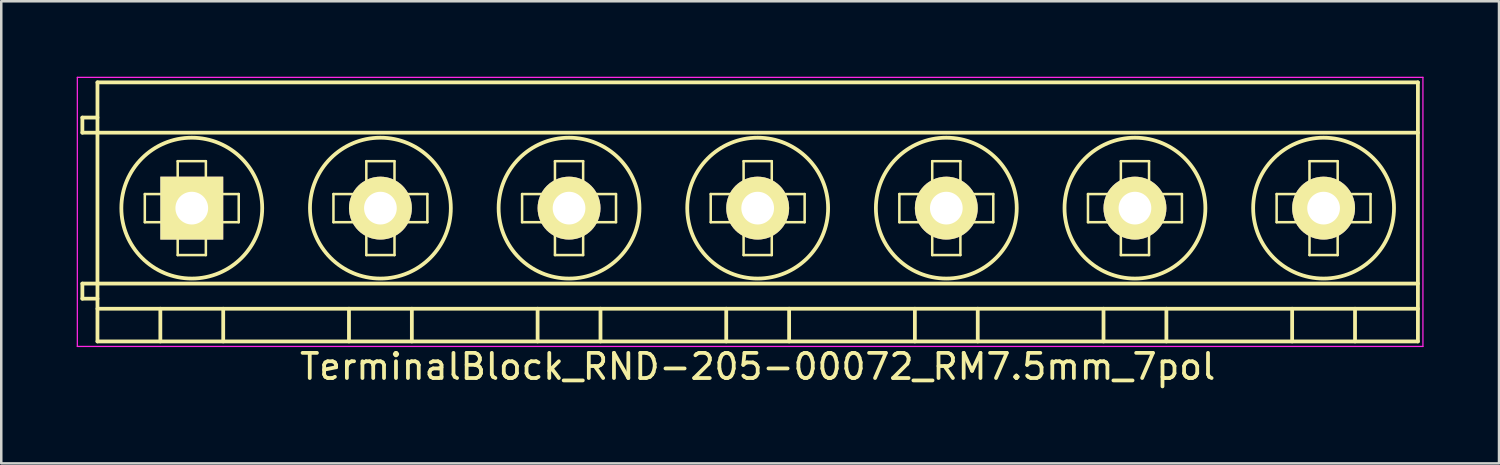
<source format=kicad_pcb>
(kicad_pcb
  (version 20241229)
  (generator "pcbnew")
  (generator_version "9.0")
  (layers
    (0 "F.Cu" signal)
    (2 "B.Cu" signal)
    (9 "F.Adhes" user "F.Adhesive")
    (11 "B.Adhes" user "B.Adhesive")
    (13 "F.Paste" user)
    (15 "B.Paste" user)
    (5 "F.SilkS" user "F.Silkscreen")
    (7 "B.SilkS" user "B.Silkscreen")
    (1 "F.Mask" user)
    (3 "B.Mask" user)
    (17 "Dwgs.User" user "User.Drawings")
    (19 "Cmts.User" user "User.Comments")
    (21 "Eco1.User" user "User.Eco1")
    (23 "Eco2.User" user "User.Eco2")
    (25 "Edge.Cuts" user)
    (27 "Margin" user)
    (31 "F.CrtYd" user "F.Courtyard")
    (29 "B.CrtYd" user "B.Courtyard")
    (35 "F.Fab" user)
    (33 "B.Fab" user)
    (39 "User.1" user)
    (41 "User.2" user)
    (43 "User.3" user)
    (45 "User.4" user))
  (footprint "TerminalBlock_RND-205-00072_RM7.5mm_7pol"
    (layer "F.Cu")
    (at 4.575 5.225)
    (property "Reference" "TerminalBlock_RND-205-00072_RM7.5mm_7pol" (at 22.5 6.3 0) (layer "F.SilkS") (effects (font (size 1 1) (thickness 0.15))))
    (attr through_hole)
    (fp_line (start -4.35 -3.6) (end -4.35 -3) (stroke (width 0.15) (type solid)) (layer "F.SilkS"))
    (fp_line (start -4.35 -3) (end -3.75 -3) (stroke (width 0.15) (type solid)) (layer "F.SilkS"))
    (fp_line (start -4.35 3) (end -4.35 3.6) (stroke (width 0.15) (type solid)) (layer "F.SilkS"))
    (fp_line (start -4.35 3.6) (end -3.75 3.6) (stroke (width 0.15) (type solid)) (layer "F.SilkS"))
    (fp_line (start -3.75 -5) (end 48.75 -5) (stroke (width 0.15) (type solid)) (layer "F.SilkS"))
    (fp_line (start -3.75 -3.6) (end -4.35 -3.6) (stroke (width 0.15) (type solid)) (layer "F.SilkS"))
    (fp_line (start -3.75 -3) (end 48.75 -3) (stroke (width 0.15) (type solid)) (layer "F.SilkS"))
    (fp_line (start -3.75 3) (end -4.35 3) (stroke (width 0.15) (type solid)) (layer "F.SilkS"))
    (fp_line (start -3.75 3) (end 48.75 3) (stroke (width 0.15) (type solid)) (layer "F.SilkS"))
    (fp_line (start -3.75 4) (end 48.75 4) (stroke (width 0.15) (type solid)) (layer "F.SilkS"))
    (fp_line (start -3.75 5.3) (end -3.75 -5) (stroke (width 0.15) (type solid)) (layer "F.SilkS"))
    (fp_line (start -1.867 -0.56) (end -0.56 -0.56) (stroke (width 0.1) (type solid)) (layer "F.SilkS"))
    (fp_line (start -1.867 0.56) (end -1.867 -0.56) (stroke (width 0.1) (type solid)) (layer "F.SilkS"))
    (fp_line (start -1.25 4) (end -1.25 5.3) (stroke (width 0.15) (type solid)) (layer "F.SilkS"))
    (fp_line (start -0.56 -1.867) (end 0.56 -1.867) (stroke (width 0.1) (type solid)) (layer "F.SilkS"))
    (fp_line (start -0.56 -0.56) (end -0.56 -1.867) (stroke (width 0.1) (type solid)) (layer "F.SilkS"))
    (fp_line (start -0.56 0.56) (end -1.867 0.56) (stroke (width 0.1) (type solid)) (layer "F.SilkS"))
    (fp_line (start -0.56 1.867) (end -0.56 0.56) (stroke (width 0.1) (type solid)) (layer "F.SilkS"))
    (fp_line (start 0.56 -1.867) (end 0.56 -0.56) (stroke (width 0.1) (type solid)) (layer "F.SilkS"))
    (fp_line (start 0.56 -0.56) (end 1.867 -0.56) (stroke (width 0.1) (type solid)) (layer "F.SilkS"))
    (fp_line (start 0.56 0.56) (end 0.56 1.867) (stroke (width 0.1) (type solid)) (layer "F.SilkS"))
    (fp_line (start 0.56 1.867) (end -0.56 1.867) (stroke (width 0.1) (type solid)) (layer "F.SilkS"))
    (fp_line (start 1.25 4) (end 1.25 5.3) (stroke (width 0.15) (type solid)) (layer "F.SilkS"))
    (fp_line (start 1.867 -0.56) (end 1.867 0.56) (stroke (width 0.1) (type solid)) (layer "F.SilkS"))
    (fp_line (start 1.867 0.56) (end 0.56 0.56) (stroke (width 0.1) (type solid)) (layer "F.SilkS"))
    (fp_line (start 5.633 -0.56) (end 6.94 -0.56) (stroke (width 0.1) (type solid)) (layer "F.SilkS"))
    (fp_line (start 5.633 0.56) (end 5.633 -0.56) (stroke (width 0.1) (type solid)) (layer "F.SilkS"))
    (fp_line (start 6.25 4) (end 6.25 5.3) (stroke (width 0.15) (type solid)) (layer "F.SilkS"))
    (fp_line (start 6.94 -1.867) (end 8.06 -1.867) (stroke (width 0.1) (type solid)) (layer "F.SilkS"))
    (fp_line (start 6.94 -0.56) (end 6.94 -1.867) (stroke (width 0.1) (type solid)) (layer "F.SilkS"))
    (fp_line (start 6.94 0.56) (end 5.633 0.56) (stroke (width 0.1) (type solid)) (layer "F.SilkS"))
    (fp_line (start 6.94 1.867) (end 6.94 0.56) (stroke (width 0.1) (type solid)) (layer "F.SilkS"))
    (fp_line (start 8.06 -1.867) (end 8.06 -0.56) (stroke (width 0.1) (type solid)) (layer "F.SilkS"))
    (fp_line (start 8.06 -0.56) (end 9.367 -0.56) (stroke (width 0.1) (type solid)) (layer "F.SilkS"))
    (fp_line (start 8.06 0.56) (end 8.06 1.867) (stroke (width 0.1) (type solid)) (layer "F.SilkS"))
    (fp_line (start 8.06 1.867) (end 6.94 1.867) (stroke (width 0.1) (type solid)) (layer "F.SilkS"))
    (fp_line (start 8.75 4) (end 8.75 5.3) (stroke (width 0.15) (type solid)) (layer "F.SilkS"))
    (fp_line (start 9.367 -0.56) (end 9.367 0.56) (stroke (width 0.1) (type solid)) (layer "F.SilkS"))
    (fp_line (start 9.367 0.56) (end 8.06 0.56) (stroke (width 0.1) (type solid)) (layer "F.SilkS"))
    (fp_line (start 13.133 -0.56) (end 14.44 -0.56) (stroke (width 0.1) (type solid)) (layer "F.SilkS"))
    (fp_line (start 13.133 0.56) (end 13.133 -0.56) (stroke (width 0.1) (type solid)) (layer "F.SilkS"))
    (fp_line (start 13.75 4) (end 13.75 5.3) (stroke (width 0.15) (type solid)) (layer "F.SilkS"))
    (fp_line (start 14.44 -1.867) (end 15.56 -1.867) (stroke (width 0.1) (type solid)) (layer "F.SilkS"))
    (fp_line (start 14.44 -0.56) (end 14.44 -1.867) (stroke (width 0.1) (type solid)) (layer "F.SilkS"))
    (fp_line (start 14.44 0.56) (end 13.133 0.56) (stroke (width 0.1) (type solid)) (layer "F.SilkS"))
    (fp_line (start 14.44 1.867) (end 14.44 0.56) (stroke (width 0.1) (type solid)) (layer "F.SilkS"))
    (fp_line (start 15.56 -1.867) (end 15.56 -0.56) (stroke (width 0.1) (type solid)) (layer "F.SilkS"))
    (fp_line (start 15.56 -0.56) (end 16.867 -0.56) (stroke (width 0.1) (type solid)) (layer "F.SilkS"))
    (fp_line (start 15.56 0.56) (end 15.56 1.867) (stroke (width 0.1) (type solid)) (layer "F.SilkS"))
    (fp_line (start 15.56 1.867) (end 14.44 1.867) (stroke (width 0.1) (type solid)) (layer "F.SilkS"))
    (fp_line (start 16.25 4) (end 16.25 5.3) (stroke (width 0.15) (type solid)) (layer "F.SilkS"))
    (fp_line (start 16.867 -0.56) (end 16.867 0.56) (stroke (width 0.1) (type solid)) (layer "F.SilkS"))
    (fp_line (start 16.867 0.56) (end 15.56 0.56) (stroke (width 0.1) (type solid)) (layer "F.SilkS"))
    (fp_line (start 20.633 -0.56) (end 21.94 -0.56) (stroke (width 0.1) (type solid)) (layer "F.SilkS"))
    (fp_line (start 20.633 0.56) (end 20.633 -0.56) (stroke (width 0.1) (type solid)) (layer "F.SilkS"))
    (fp_line (start 21.25 4) (end 21.25 5.3) (stroke (width 0.15) (type solid)) (layer "F.SilkS"))
    (fp_line (start 21.94 -1.867) (end 23.06 -1.867) (stroke (width 0.1) (type solid)) (layer "F.SilkS"))
    (fp_line (start 21.94 -0.56) (end 21.94 -1.867) (stroke (width 0.1) (type solid)) (layer "F.SilkS"))
    (fp_line (start 21.94 0.56) (end 20.633 0.56) (stroke (width 0.1) (type solid)) (layer "F.SilkS"))
    (fp_line (start 21.94 1.867) (end 21.94 0.56) (stroke (width 0.1) (type solid)) (layer "F.SilkS"))
    (fp_line (start 23.06 -1.867) (end 23.06 -0.56) (stroke (width 0.1) (type solid)) (layer "F.SilkS"))
    (fp_line (start 23.06 -0.56) (end 24.367 -0.56) (stroke (width 0.1) (type solid)) (layer "F.SilkS"))
    (fp_line (start 23.06 0.56) (end 23.06 1.867) (stroke (width 0.1) (type solid)) (layer "F.SilkS"))
    (fp_line (start 23.06 1.867) (end 21.94 1.867) (stroke (width 0.1) (type solid)) (layer "F.SilkS"))
    (fp_line (start 23.75 4) (end 23.75 5.3) (stroke (width 0.15) (type solid)) (layer "F.SilkS"))
    (fp_line (start 24.367 -0.56) (end 24.367 0.56) (stroke (width 0.1) (type solid)) (layer "F.SilkS"))
    (fp_line (start 24.367 0.56) (end 23.06 0.56) (stroke (width 0.1) (type solid)) (layer "F.SilkS"))
    (fp_line (start 28.133 -0.56) (end 29.44 -0.56) (stroke (width 0.1) (type solid)) (layer "F.SilkS"))
    (fp_line (start 28.133 0.56) (end 28.133 -0.56) (stroke (width 0.1) (type solid)) (layer "F.SilkS"))
    (fp_line (start 28.75 4) (end 28.75 5.3) (stroke (width 0.15) (type solid)) (layer "F.SilkS"))
    (fp_line (start 29.44 -1.867) (end 30.56 -1.867) (stroke (width 0.1) (type solid)) (layer "F.SilkS"))
    (fp_line (start 29.44 -0.56) (end 29.44 -1.867) (stroke (width 0.1) (type solid)) (layer "F.SilkS"))
    (fp_line (start 29.44 0.56) (end 28.133 0.56) (stroke (width 0.1) (type solid)) (layer "F.SilkS"))
    (fp_line (start 29.44 1.867) (end 29.44 0.56) (stroke (width 0.1) (type solid)) (layer "F.SilkS"))
    (fp_line (start 30.56 -1.867) (end 30.56 -0.56) (stroke (width 0.1) (type solid)) (layer "F.SilkS"))
    (fp_line (start 30.56 -0.56) (end 31.867 -0.56) (stroke (width 0.1) (type solid)) (layer "F.SilkS"))
    (fp_line (start 30.56 0.56) (end 30.56 1.867) (stroke (width 0.1) (type solid)) (layer "F.SilkS"))
    (fp_line (start 30.56 1.867) (end 29.44 1.867) (stroke (width 0.1) (type solid)) (layer "F.SilkS"))
    (fp_line (start 31.25 4) (end 31.25 5.3) (stroke (width 0.15) (type solid)) (layer "F.SilkS"))
    (fp_line (start 31.867 -0.56) (end 31.867 0.56) (stroke (width 0.1) (type solid)) (layer "F.SilkS"))
    (fp_line (start 31.867 0.56) (end 30.56 0.56) (stroke (width 0.1) (type solid)) (layer "F.SilkS"))
    (fp_line (start 35.633 -0.56) (end 36.94 -0.56) (stroke (width 0.1) (type solid)) (layer "F.SilkS"))
    (fp_line (start 35.633 0.56) (end 35.633 -0.56) (stroke (width 0.1) (type solid)) (layer "F.SilkS"))
    (fp_line (start 36.25 4) (end 36.25 5.3) (stroke (width 0.15) (type solid)) (layer "F.SilkS"))
    (fp_line (start 36.94 -1.867) (end 38.06 -1.867) (stroke (width 0.1) (type solid)) (layer "F.SilkS"))
    (fp_line (start 36.94 -0.56) (end 36.94 -1.867) (stroke (width 0.1) (type solid)) (layer "F.SilkS"))
    (fp_line (start 36.94 0.56) (end 35.633 0.56) (stroke (width 0.1) (type solid)) (layer "F.SilkS"))
    (fp_line (start 36.94 1.867) (end 36.94 0.56) (stroke (width 0.1) (type solid)) (layer "F.SilkS"))
    (fp_line (start 38.06 -1.867) (end 38.06 -0.56) (stroke (width 0.1) (type solid)) (layer "F.SilkS"))
    (fp_line (start 38.06 -0.56) (end 39.367 -0.56) (stroke (width 0.1) (type solid)) (layer "F.SilkS"))
    (fp_line (start 38.06 0.56) (end 38.06 1.867) (stroke (width 0.1) (type solid)) (layer "F.SilkS"))
    (fp_line (start 38.06 1.867) (end 36.94 1.867) (stroke (width 0.1) (type solid)) (layer "F.SilkS"))
    (fp_line (start 38.75 4) (end 38.75 5.3) (stroke (width 0.15) (type solid)) (layer "F.SilkS"))
    (fp_line (start 39.367 -0.56) (end 39.367 0.56) (stroke (width 0.1) (type solid)) (layer "F.SilkS"))
    (fp_line (start 39.367 0.56) (end 38.06 0.56) (stroke (width 0.1) (type solid)) (layer "F.SilkS"))
    (fp_line (start 43.133 -0.56) (end 44.44 -0.56) (stroke (width 0.1) (type solid)) (layer "F.SilkS"))
    (fp_line (start 43.133 0.56) (end 43.133 -0.56) (stroke (width 0.1) (type solid)) (layer "F.SilkS"))
    (fp_line (start 43.75 4) (end 43.75 5.3) (stroke (width 0.15) (type solid)) (layer "F.SilkS"))
    (fp_line (start 44.44 -1.867) (end 45.56 -1.867) (stroke (width 0.1) (type solid)) (layer "F.SilkS"))
    (fp_line (start 44.44 -0.56) (end 44.44 -1.867) (stroke (width 0.1) (type solid)) (layer "F.SilkS"))
    (fp_line (start 44.44 0.56) (end 43.133 0.56) (stroke (width 0.1) (type solid)) (layer "F.SilkS"))
    (fp_line (start 44.44 1.867) (end 44.44 0.56) (stroke (width 0.1) (type solid)) (layer "F.SilkS"))
    (fp_line (start 45.56 -1.867) (end 45.56 -0.56) (stroke (width 0.1) (type solid)) (layer "F.SilkS"))
    (fp_line (start 45.56 -0.56) (end 46.867 -0.56) (stroke (width 0.1) (type solid)) (layer "F.SilkS"))
    (fp_line (start 45.56 0.56) (end 45.56 1.867) (stroke (width 0.1) (type solid)) (layer "F.SilkS"))
    (fp_line (start 45.56 1.867) (end 44.44 1.867) (stroke (width 0.1) (type solid)) (layer "F.SilkS"))
    (fp_line (start 46.25 4) (end 46.25 5.3) (stroke (width 0.15) (type solid)) (layer "F.SilkS"))
    (fp_line (start 46.867 -0.56) (end 46.867 0.56) (stroke (width 0.1) (type solid)) (layer "F.SilkS"))
    (fp_line (start 46.867 0.56) (end 45.56 0.56) (stroke (width 0.1) (type solid)) (layer "F.SilkS"))
    (fp_line (start 48.75 -5) (end 48.75 5.3) (stroke (width 0.15) (type solid)) (layer "F.SilkS"))
    (fp_line (start 48.75 5.3) (end -3.75 5.3) (stroke (width 0.15) (type solid)) (layer "F.SilkS"))
    (fp_circle (center 0 0) (end -2.8 0) (stroke (width 0.15) (type solid)) (fill no) (layer "F.SilkS"))
    (fp_circle (center 7.5 0) (end 4.7 0) (stroke (width 0.15) (type solid)) (fill no) (layer "F.SilkS"))
    (fp_circle (center 15 0) (end 12.2 0) (stroke (width 0.15) (type solid)) (fill no) (layer "F.SilkS"))
    (fp_circle (center 22.5 0) (end 19.7 0) (stroke (width 0.15) (type solid)) (fill no) (layer "F.SilkS"))
    (fp_circle (center 30 0) (end 27.2 0) (stroke (width 0.15) (type solid)) (fill no) (layer "F.SilkS"))
    (fp_circle (center 37.5 0) (end 34.7 0) (stroke (width 0.15) (type solid)) (fill no) (layer "F.SilkS"))
    (fp_circle (center 45 0) (end 42.2 0) (stroke (width 0.15) (type solid)) (fill no) (layer "F.SilkS"))
    (fp_line (start -4.55 -5.2) (end 48.95 -5.2) (stroke (width 0.05) (type solid)) (layer "F.CrtYd"))
    (fp_line (start -4.55 5.5) (end -4.55 -5.2) (stroke (width 0.05) (type solid)) (layer "F.CrtYd"))
    (fp_line (start 48.95 -5.2) (end 48.95 5.5) (stroke (width 0.05) (type solid)) (layer "F.CrtYd"))
    (fp_line (start 48.95 5.5) (end -4.55 5.5) (stroke (width 0.05) (type solid)) (layer "F.CrtYd"))
    (pad "1" thru_hole rect (at 0 0) (size 2.5 2.5) (drill 1.3) (layers "*.Cu" "*.Mask" "F.SilkS"))
    (pad "2" thru_hole circle (at 7.5 0) (size 2.5 2.5) (drill 1.3) (layers "*.Cu" "*.Mask" "F.SilkS"))
    (pad "3" thru_hole circle (at 15 0) (size 2.5 2.5) (drill 1.3) (layers "*.Cu" "*.Mask" "F.SilkS"))
    (pad "4" thru_hole circle (at 22.5 0) (size 2.5 2.5) (drill 1.3) (layers "*.Cu" "*.Mask" "F.SilkS"))
    (pad "5" thru_hole circle (at 30 0) (size 2.5 2.5) (drill 1.3) (layers "*.Cu" "*.Mask" "F.SilkS"))
    (pad "6" thru_hole circle (at 37.5 0) (size 2.5 2.5) (drill 1.3) (layers "*.Cu" "*.Mask" "F.SilkS"))
    (pad "7" thru_hole circle (at 45 0) (size 2.5 2.5) (drill 1.3) (layers "*.Cu" "*.Mask" "F.SilkS")))
  (gr_rect
    (start -3 -3)
    (end 56.55 15.373)
    (stroke (width 0.1) (type default))
    (fill no)
    (layer "Edge.Cuts")))
</source>
